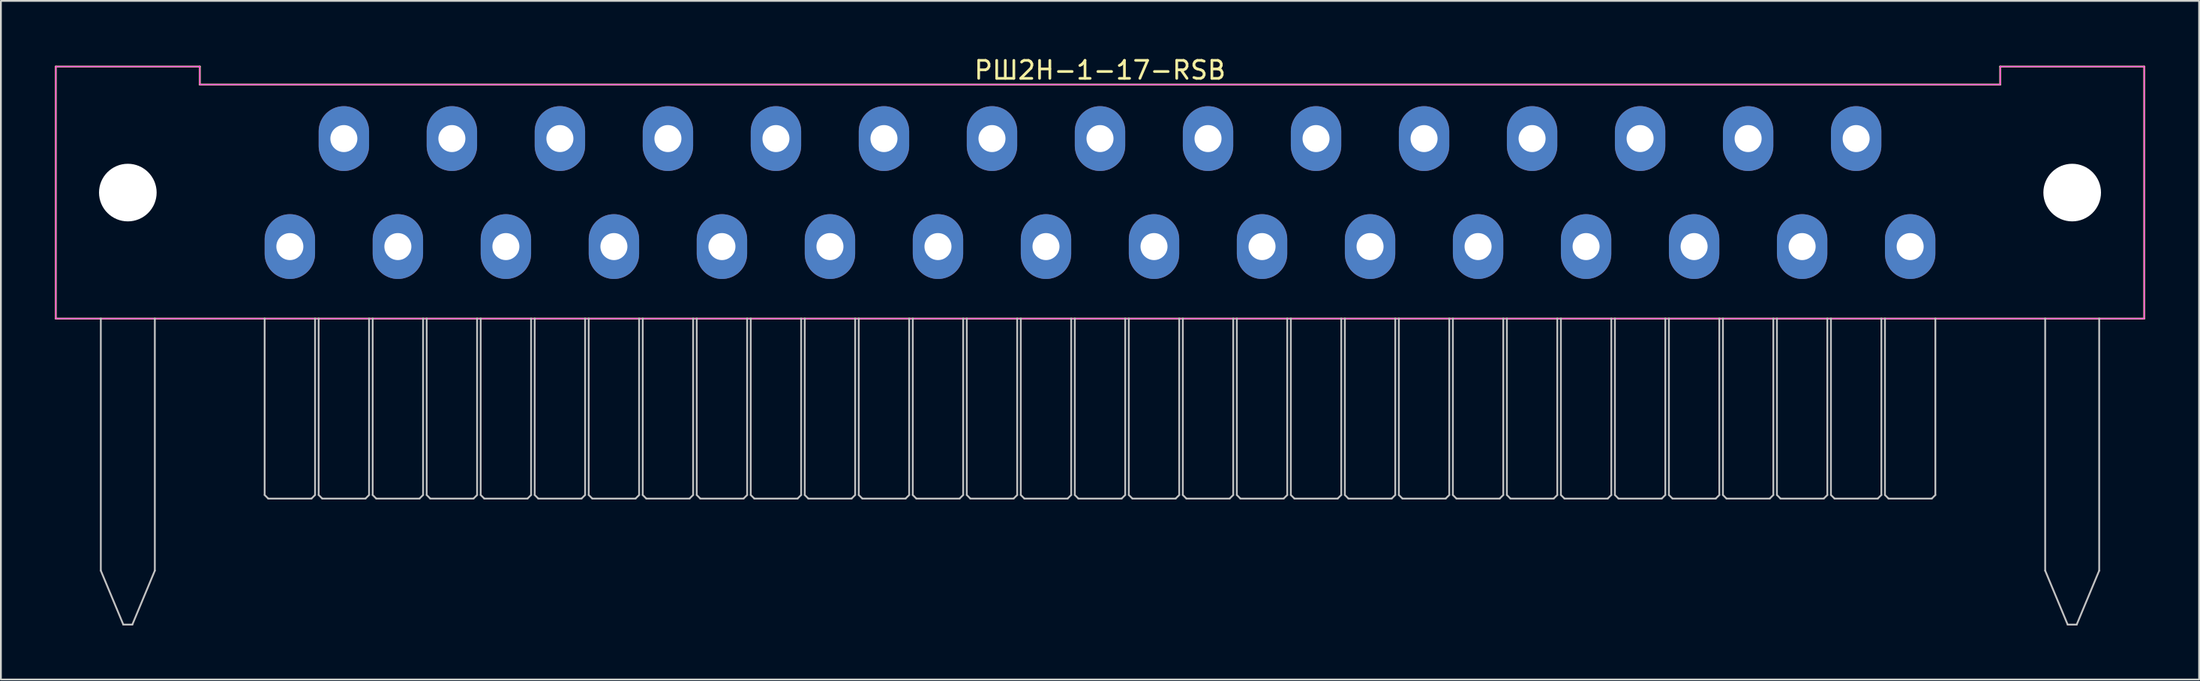
<source format=kicad_pcb>
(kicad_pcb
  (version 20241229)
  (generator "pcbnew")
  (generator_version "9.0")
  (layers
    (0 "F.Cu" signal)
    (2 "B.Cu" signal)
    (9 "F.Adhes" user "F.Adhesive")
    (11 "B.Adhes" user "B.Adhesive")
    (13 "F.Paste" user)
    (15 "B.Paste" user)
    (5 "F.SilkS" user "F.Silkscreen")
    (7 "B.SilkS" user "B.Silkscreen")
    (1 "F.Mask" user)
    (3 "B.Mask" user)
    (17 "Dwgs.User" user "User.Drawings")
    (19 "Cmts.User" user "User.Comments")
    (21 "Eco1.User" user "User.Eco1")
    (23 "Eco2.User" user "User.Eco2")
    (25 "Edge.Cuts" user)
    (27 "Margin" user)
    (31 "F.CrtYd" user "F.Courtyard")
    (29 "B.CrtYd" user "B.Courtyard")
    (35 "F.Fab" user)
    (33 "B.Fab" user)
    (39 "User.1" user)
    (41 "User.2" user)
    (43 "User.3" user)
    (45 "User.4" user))
  (footprint "РШ2Н-1-17-RSB"
    (layer "F.Cu")
    (at 58.05 7.648)
    (property "Reference" "РШ2Н-1-17-RSB" (at 0 -6.8 0) (layer "F.SilkS") (effects (font (size 1 1) (thickness 0.15))))
    (attr through_hole)
    (fp_line (start -58 -7) (end -58 7) (stroke (width 0.1) (type default)) (layer "F.SilkS"))
    (fp_line (start -58 -7) (end -50 -7) (stroke (width 0.1) (type default)) (layer "F.SilkS"))
    (fp_line (start -58 7) (end 58 7) (stroke (width 0.1) (type default)) (layer "F.SilkS"))
    (fp_line (start -50 -7) (end -50 -6) (stroke (width 0.1) (type default)) (layer "F.SilkS"))
    (fp_line (start 50 -7) (end 50 -6) (stroke (width 0.1) (type default)) (layer "F.SilkS"))
    (fp_line (start 50 -6) (end -50 -6) (stroke (width 0.1) (type default)) (layer "F.SilkS"))
    (fp_line (start 58 -7) (end 50 -7) (stroke (width 0.1) (type default)) (layer "F.SilkS"))
    (fp_line (start 58 7) (end 58 -7) (stroke (width 0.1) (type default)) (layer "F.SilkS"))
    (fp_line (start -55.5 21) (end -55.5 7) (stroke (width 0.1) (type default)) (layer "Dwgs.User"))
    (fp_line (start -54.25 24) (end -55.5 21) (stroke (width 0.1) (type default)) (layer "Dwgs.User"))
    (fp_line (start -54.25 24) (end -53.75 24) (stroke (width 0.1) (type default)) (layer "Dwgs.User"))
    (fp_line (start -52.5 21) (end -53.75 24) (stroke (width 0.1) (type default)) (layer "Dwgs.User"))
    (fp_line (start -52.5 21) (end -52.5 7) (stroke (width 0.1) (type default)) (layer "Dwgs.User"))
    (fp_line (start -46.4 7) (end -46.4 16.8) (stroke (width 0.1) (type default)) (layer "Dwgs.User"))
    (fp_line (start -46.4 16.8) (end -46.2 17) (stroke (width 0.1) (type default)) (layer "Dwgs.User"))
    (fp_line (start -46.2 17) (end -43.8 17) (stroke (width 0.1) (type default)) (layer "Dwgs.User"))
    (fp_line (start -43.6 7) (end -43.6 16.8) (stroke (width 0.1) (type default)) (layer "Dwgs.User"))
    (fp_line (start -43.6 16.8) (end -43.8 17) (stroke (width 0.1) (type default)) (layer "Dwgs.User"))
    (fp_line (start -43.4 7) (end -43.4 16.8) (stroke (width 0.1) (type default)) (layer "Dwgs.User"))
    (fp_line (start -43.4 16.8) (end -43.2 17) (stroke (width 0.1) (type default)) (layer "Dwgs.User"))
    (fp_line (start -43.2 17) (end -40.8 17) (stroke (width 0.1) (type default)) (layer "Dwgs.User"))
    (fp_line (start -40.6 7) (end -40.6 16.8) (stroke (width 0.1) (type default)) (layer "Dwgs.User"))
    (fp_line (start -40.6 16.8) (end -40.8 17) (stroke (width 0.1) (type default)) (layer "Dwgs.User"))
    (fp_line (start -40.4 7) (end -40.4 16.8) (stroke (width 0.1) (type default)) (layer "Dwgs.User"))
    (fp_line (start -40.4 16.8) (end -40.2 17) (stroke (width 0.1) (type default)) (layer "Dwgs.User"))
    (fp_line (start -40.2 17) (end -37.8 17) (stroke (width 0.1) (type default)) (layer "Dwgs.User"))
    (fp_line (start -37.6 7) (end -37.6 16.8) (stroke (width 0.1) (type default)) (layer "Dwgs.User"))
    (fp_line (start -37.6 16.8) (end -37.8 17) (stroke (width 0.1) (type default)) (layer "Dwgs.User"))
    (fp_line (start -37.4 7) (end -37.4 16.8) (stroke (width 0.1) (type default)) (layer "Dwgs.User"))
    (fp_line (start -37.4 16.8) (end -37.2 17) (stroke (width 0.1) (type default)) (layer "Dwgs.User"))
    (fp_line (start -37.2 17) (end -34.8 17) (stroke (width 0.1) (type default)) (layer "Dwgs.User"))
    (fp_line (start -34.6 7) (end -34.6 16.8) (stroke (width 0.1) (type default)) (layer "Dwgs.User"))
    (fp_line (start -34.6 16.8) (end -34.8 17) (stroke (width 0.1) (type default)) (layer "Dwgs.User"))
    (fp_line (start -34.4 7) (end -34.4 16.8) (stroke (width 0.1) (type default)) (layer "Dwgs.User"))
    (fp_line (start -34.4 16.8) (end -34.2 17) (stroke (width 0.1) (type default)) (layer "Dwgs.User"))
    (fp_line (start -34.2 17) (end -31.8 17) (stroke (width 0.1) (type default)) (layer "Dwgs.User"))
    (fp_line (start -31.6 7) (end -31.6 16.8) (stroke (width 0.1) (type default)) (layer "Dwgs.User"))
    (fp_line (start -31.6 16.8) (end -31.8 17) (stroke (width 0.1) (type default)) (layer "Dwgs.User"))
    (fp_line (start -31.4 7) (end -31.4 16.8) (stroke (width 0.1) (type default)) (layer "Dwgs.User"))
    (fp_line (start -31.4 16.8) (end -31.2 17) (stroke (width 0.1) (type default)) (layer "Dwgs.User"))
    (fp_line (start -31.2 17) (end -28.8 17) (stroke (width 0.1) (type default)) (layer "Dwgs.User"))
    (fp_line (start -28.6 7) (end -28.6 16.8) (stroke (width 0.1) (type default)) (layer "Dwgs.User"))
    (fp_line (start -28.6 16.8) (end -28.8 17) (stroke (width 0.1) (type default)) (layer "Dwgs.User"))
    (fp_line (start -28.4 7) (end -28.4 16.8) (stroke (width 0.1) (type default)) (layer "Dwgs.User"))
    (fp_line (start -28.4 16.8) (end -28.2 17) (stroke (width 0.1) (type default)) (layer "Dwgs.User"))
    (fp_line (start -28.2 17) (end -25.8 17) (stroke (width 0.1) (type default)) (layer "Dwgs.User"))
    (fp_line (start -25.6 7) (end -25.6 16.8) (stroke (width 0.1) (type default)) (layer "Dwgs.User"))
    (fp_line (start -25.6 16.8) (end -25.8 17) (stroke (width 0.1) (type default)) (layer "Dwgs.User"))
    (fp_line (start -25.4 7) (end -25.4 16.8) (stroke (width 0.1) (type default)) (layer "Dwgs.User"))
    (fp_line (start -25.4 16.8) (end -25.2 17) (stroke (width 0.1) (type default)) (layer "Dwgs.User"))
    (fp_line (start -25.2 17) (end -22.8 17) (stroke (width 0.1) (type default)) (layer "Dwgs.User"))
    (fp_line (start -22.6 7) (end -22.6 16.8) (stroke (width 0.1) (type default)) (layer "Dwgs.User"))
    (fp_line (start -22.6 16.8) (end -22.8 17) (stroke (width 0.1) (type default)) (layer "Dwgs.User"))
    (fp_line (start -22.4 7) (end -22.4 16.8) (stroke (width 0.1) (type default)) (layer "Dwgs.User"))
    (fp_line (start -22.4 16.8) (end -22.2 17) (stroke (width 0.1) (type default)) (layer "Dwgs.User"))
    (fp_line (start -22.2 17) (end -19.8 17) (stroke (width 0.1) (type default)) (layer "Dwgs.User"))
    (fp_line (start -19.6 7) (end -19.6 16.8) (stroke (width 0.1) (type default)) (layer "Dwgs.User"))
    (fp_line (start -19.6 16.8) (end -19.8 17) (stroke (width 0.1) (type default)) (layer "Dwgs.User"))
    (fp_line (start -19.4 7) (end -19.4 16.8) (stroke (width 0.1) (type default)) (layer "Dwgs.User"))
    (fp_line (start -19.4 16.8) (end -19.2 17) (stroke (width 0.1) (type default)) (layer "Dwgs.User"))
    (fp_line (start -19.2 17) (end -16.8 17) (stroke (width 0.1) (type default)) (layer "Dwgs.User"))
    (fp_line (start -16.6 7) (end -16.6 16.8) (stroke (width 0.1) (type default)) (layer "Dwgs.User"))
    (fp_line (start -16.6 16.8) (end -16.8 17) (stroke (width 0.1) (type default)) (layer "Dwgs.User"))
    (fp_line (start -16.4 7) (end -16.4 16.8) (stroke (width 0.1) (type default)) (layer "Dwgs.User"))
    (fp_line (start -16.4 16.8) (end -16.2 17) (stroke (width 0.1) (type default)) (layer "Dwgs.User"))
    (fp_line (start -16.2 17) (end -13.8 17) (stroke (width 0.1) (type default)) (layer "Dwgs.User"))
    (fp_line (start -13.6 7) (end -13.6 16.8) (stroke (width 0.1) (type default)) (layer "Dwgs.User"))
    (fp_line (start -13.6 16.8) (end -13.8 17) (stroke (width 0.1) (type default)) (layer "Dwgs.User"))
    (fp_line (start -13.4 7) (end -13.4 16.8) (stroke (width 0.1) (type default)) (layer "Dwgs.User"))
    (fp_line (start -13.4 16.8) (end -13.2 17) (stroke (width 0.1) (type default)) (layer "Dwgs.User"))
    (fp_line (start -13.2 17) (end -10.8 17) (stroke (width 0.1) (type default)) (layer "Dwgs.User"))
    (fp_line (start -10.6 7) (end -10.6 16.8) (stroke (width 0.1) (type default)) (layer "Dwgs.User"))
    (fp_line (start -10.6 16.8) (end -10.8 17) (stroke (width 0.1) (type default)) (layer "Dwgs.User"))
    (fp_line (start -10.4 7) (end -10.4 16.8) (stroke (width 0.1) (type default)) (layer "Dwgs.User"))
    (fp_line (start -10.4 16.8) (end -10.2 17) (stroke (width 0.1) (type default)) (layer "Dwgs.User"))
    (fp_line (start -10.2 17) (end -7.8 17) (stroke (width 0.1) (type default)) (layer "Dwgs.User"))
    (fp_line (start -7.6 7) (end -7.6 16.8) (stroke (width 0.1) (type default)) (layer "Dwgs.User"))
    (fp_line (start -7.6 16.8) (end -7.8 17) (stroke (width 0.1) (type default)) (layer "Dwgs.User"))
    (fp_line (start -7.4 7) (end -7.4 16.8) (stroke (width 0.1) (type default)) (layer "Dwgs.User"))
    (fp_line (start -7.4 16.8) (end -7.2 17) (stroke (width 0.1) (type default)) (layer "Dwgs.User"))
    (fp_line (start -7.2 17) (end -4.8 17) (stroke (width 0.1) (type default)) (layer "Dwgs.User"))
    (fp_line (start -4.6 7) (end -4.6 16.8) (stroke (width 0.1) (type default)) (layer "Dwgs.User"))
    (fp_line (start -4.6 16.8) (end -4.8 17) (stroke (width 0.1) (type default)) (layer "Dwgs.User"))
    (fp_line (start -4.4 7) (end -4.4 16.8) (stroke (width 0.1) (type default)) (layer "Dwgs.User"))
    (fp_line (start -4.4 16.8) (end -4.2 17) (stroke (width 0.1) (type default)) (layer "Dwgs.User"))
    (fp_line (start -4.2 17) (end -1.8 17) (stroke (width 0.1) (type default)) (layer "Dwgs.User"))
    (fp_line (start -1.6 7) (end -1.6 16.8) (stroke (width 0.1) (type default)) (layer "Dwgs.User"))
    (fp_line (start -1.6 16.8) (end -1.8 17) (stroke (width 0.1) (type default)) (layer "Dwgs.User"))
    (fp_line (start -1.4 7) (end -1.4 16.8) (stroke (width 0.1) (type default)) (layer "Dwgs.User"))
    (fp_line (start -1.4 16.8) (end -1.2 17) (stroke (width 0.1) (type default)) (layer "Dwgs.User"))
    (fp_line (start -1.2 17) (end 1.2 17) (stroke (width 0.1) (type default)) (layer "Dwgs.User"))
    (fp_line (start 1.4 7) (end 1.4 16.8) (stroke (width 0.1) (type default)) (layer "Dwgs.User"))
    (fp_line (start 1.4 16.8) (end 1.2 17) (stroke (width 0.1) (type default)) (layer "Dwgs.User"))
    (fp_line (start 1.6 7) (end 1.6 16.8) (stroke (width 0.1) (type default)) (layer "Dwgs.User"))
    (fp_line (start 1.6 16.8) (end 1.8 17) (stroke (width 0.1) (type default)) (layer "Dwgs.User"))
    (fp_line (start 1.8 17) (end 4.2 17) (stroke (width 0.1) (type default)) (layer "Dwgs.User"))
    (fp_line (start 4.4 7) (end 4.4 16.8) (stroke (width 0.1) (type default)) (layer "Dwgs.User"))
    (fp_line (start 4.4 16.8) (end 4.2 17) (stroke (width 0.1) (type default)) (layer "Dwgs.User"))
    (fp_line (start 4.6 7) (end 4.6 16.8) (stroke (width 0.1) (type default)) (layer "Dwgs.User"))
    (fp_line (start 4.6 16.8) (end 4.8 17) (stroke (width 0.1) (type default)) (layer "Dwgs.User"))
    (fp_line (start 4.8 17) (end 7.2 17) (stroke (width 0.1) (type default)) (layer "Dwgs.User"))
    (fp_line (start 7.4 7) (end 7.4 16.8) (stroke (width 0.1) (type default)) (layer "Dwgs.User"))
    (fp_line (start 7.4 16.8) (end 7.2 17) (stroke (width 0.1) (type default)) (layer "Dwgs.User"))
    (fp_line (start 7.6 7) (end 7.6 16.8) (stroke (width 0.1) (type default)) (layer "Dwgs.User"))
    (fp_line (start 7.6 16.8) (end 7.8 17) (stroke (width 0.1) (type default)) (layer "Dwgs.User"))
    (fp_line (start 7.8 17) (end 10.2 17) (stroke (width 0.1) (type default)) (layer "Dwgs.User"))
    (fp_line (start 10.4 7) (end 10.4 16.8) (stroke (width 0.1) (type default)) (layer "Dwgs.User"))
    (fp_line (start 10.4 16.8) (end 10.2 17) (stroke (width 0.1) (type default)) (layer "Dwgs.User"))
    (fp_line (start 10.6 7) (end 10.6 16.8) (stroke (width 0.1) (type default)) (layer "Dwgs.User"))
    (fp_line (start 10.6 16.8) (end 10.8 17) (stroke (width 0.1) (type default)) (layer "Dwgs.User"))
    (fp_line (start 10.8 17) (end 13.2 17) (stroke (width 0.1) (type default)) (layer "Dwgs.User"))
    (fp_line (start 13.4 7) (end 13.4 16.8) (stroke (width 0.1) (type default)) (layer "Dwgs.User"))
    (fp_line (start 13.4 16.8) (end 13.2 17) (stroke (width 0.1) (type default)) (layer "Dwgs.User"))
    (fp_line (start 13.6 7) (end 13.6 16.8) (stroke (width 0.1) (type default)) (layer "Dwgs.User"))
    (fp_line (start 13.6 16.8) (end 13.8 17) (stroke (width 0.1) (type default)) (layer "Dwgs.User"))
    (fp_line (start 13.8 17) (end 16.2 17) (stroke (width 0.1) (type default)) (layer "Dwgs.User"))
    (fp_line (start 16.4 7) (end 16.4 16.8) (stroke (width 0.1) (type default)) (layer "Dwgs.User"))
    (fp_line (start 16.4 16.8) (end 16.2 17) (stroke (width 0.1) (type default)) (layer "Dwgs.User"))
    (fp_line (start 16.6 7) (end 16.6 16.8) (stroke (width 0.1) (type default)) (layer "Dwgs.User"))
    (fp_line (start 16.6 16.8) (end 16.8 17) (stroke (width 0.1) (type default)) (layer "Dwgs.User"))
    (fp_line (start 16.8 17) (end 19.2 17) (stroke (width 0.1) (type default)) (layer "Dwgs.User"))
    (fp_line (start 19.4 7) (end 19.4 16.8) (stroke (width 0.1) (type default)) (layer "Dwgs.User"))
    (fp_line (start 19.4 16.8) (end 19.2 17) (stroke (width 0.1) (type default)) (layer "Dwgs.User"))
    (fp_line (start 19.6 7) (end 19.6 16.8) (stroke (width 0.1) (type default)) (layer "Dwgs.User"))
    (fp_line (start 19.6 16.8) (end 19.8 17) (stroke (width 0.1) (type default)) (layer "Dwgs.User"))
    (fp_line (start 19.8 17) (end 22.2 17) (stroke (width 0.1) (type default)) (layer "Dwgs.User"))
    (fp_line (start 22.4 7) (end 22.4 16.8) (stroke (width 0.1) (type default)) (layer "Dwgs.User"))
    (fp_line (start 22.4 16.8) (end 22.2 17) (stroke (width 0.1) (type default)) (layer "Dwgs.User"))
    (fp_line (start 22.6 7) (end 22.6 16.8) (stroke (width 0.1) (type default)) (layer "Dwgs.User"))
    (fp_line (start 22.6 16.8) (end 22.8 17) (stroke (width 0.1) (type default)) (layer "Dwgs.User"))
    (fp_line (start 22.8 17) (end 25.2 17) (stroke (width 0.1) (type default)) (layer "Dwgs.User"))
    (fp_line (start 25.4 7) (end 25.4 16.8) (stroke (width 0.1) (type default)) (layer "Dwgs.User"))
    (fp_line (start 25.4 16.8) (end 25.2 17) (stroke (width 0.1) (type default)) (layer "Dwgs.User"))
    (fp_line (start 25.6 7) (end 25.6 16.8) (stroke (width 0.1) (type default)) (layer "Dwgs.User"))
    (fp_line (start 25.6 16.8) (end 25.8 17) (stroke (width 0.1) (type default)) (layer "Dwgs.User"))
    (fp_line (start 25.8 17) (end 28.2 17) (stroke (width 0.1) (type default)) (layer "Dwgs.User"))
    (fp_line (start 28.4 7) (end 28.4 16.8) (stroke (width 0.1) (type default)) (layer "Dwgs.User"))
    (fp_line (start 28.4 16.8) (end 28.2 17) (stroke (width 0.1) (type default)) (layer "Dwgs.User"))
    (fp_line (start 28.6 7) (end 28.6 16.8) (stroke (width 0.1) (type default)) (layer "Dwgs.User"))
    (fp_line (start 28.6 16.8) (end 28.8 17) (stroke (width 0.1) (type default)) (layer "Dwgs.User"))
    (fp_line (start 28.8 17) (end 31.2 17) (stroke (width 0.1) (type default)) (layer "Dwgs.User"))
    (fp_line (start 31.4 7) (end 31.4 16.8) (stroke (width 0.1) (type default)) (layer "Dwgs.User"))
    (fp_line (start 31.4 16.8) (end 31.2 17) (stroke (width 0.1) (type default)) (layer "Dwgs.User"))
    (fp_line (start 31.6 7) (end 31.6 16.8) (stroke (width 0.1) (type default)) (layer "Dwgs.User"))
    (fp_line (start 31.6 16.8) (end 31.8 17) (stroke (width 0.1) (type default)) (layer "Dwgs.User"))
    (fp_line (start 31.8 17) (end 34.2 17) (stroke (width 0.1) (type default)) (layer "Dwgs.User"))
    (fp_line (start 34.4 7) (end 34.4 16.8) (stroke (width 0.1) (type default)) (layer "Dwgs.User"))
    (fp_line (start 34.4 16.8) (end 34.2 17) (stroke (width 0.1) (type default)) (layer "Dwgs.User"))
    (fp_line (start 34.6 7) (end 34.6 16.8) (stroke (width 0.1) (type default)) (layer "Dwgs.User"))
    (fp_line (start 34.6 16.8) (end 34.8 17) (stroke (width 0.1) (type default)) (layer "Dwgs.User"))
    (fp_line (start 34.8 17) (end 37.2 17) (stroke (width 0.1) (type default)) (layer "Dwgs.User"))
    (fp_line (start 37.4 7) (end 37.4 16.8) (stroke (width 0.1) (type default)) (layer "Dwgs.User"))
    (fp_line (start 37.4 16.8) (end 37.2 17) (stroke (width 0.1) (type default)) (layer "Dwgs.User"))
    (fp_line (start 37.6 7) (end 37.6 16.8) (stroke (width 0.1) (type default)) (layer "Dwgs.User"))
    (fp_line (start 37.6 16.8) (end 37.8 17) (stroke (width 0.1) (type default)) (layer "Dwgs.User"))
    (fp_line (start 37.8 17) (end 40.2 17) (stroke (width 0.1) (type default)) (layer "Dwgs.User"))
    (fp_line (start 40.4 7) (end 40.4 16.8) (stroke (width 0.1) (type default)) (layer "Dwgs.User"))
    (fp_line (start 40.4 16.8) (end 40.2 17) (stroke (width 0.1) (type default)) (layer "Dwgs.User"))
    (fp_line (start 40.6 7) (end 40.6 16.8) (stroke (width 0.1) (type default)) (layer "Dwgs.User"))
    (fp_line (start 40.6 16.8) (end 40.8 17) (stroke (width 0.1) (type default)) (layer "Dwgs.User"))
    (fp_line (start 40.8 17) (end 43.2 17) (stroke (width 0.1) (type default)) (layer "Dwgs.User"))
    (fp_line (start 43.4 7) (end 43.4 16.8) (stroke (width 0.1) (type default)) (layer "Dwgs.User"))
    (fp_line (start 43.4 16.8) (end 43.2 17) (stroke (width 0.1) (type default)) (layer "Dwgs.User"))
    (fp_line (start 43.6 7) (end 43.6 16.8) (stroke (width 0.1) (type default)) (layer "Dwgs.User"))
    (fp_line (start 43.6 16.8) (end 43.8 17) (stroke (width 0.1) (type default)) (layer "Dwgs.User"))
    (fp_line (start 43.8 17) (end 46.2 17) (stroke (width 0.1) (type default)) (layer "Dwgs.User"))
    (fp_line (start 46.4 7) (end 46.4 16.8) (stroke (width 0.1) (type default)) (layer "Dwgs.User"))
    (fp_line (start 46.4 16.8) (end 46.2 17) (stroke (width 0.1) (type default)) (layer "Dwgs.User"))
    (fp_line (start 52.5 21) (end 52.5 7) (stroke (width 0.1) (type default)) (layer "Dwgs.User"))
    (fp_line (start 53.75 24) (end 52.5 21) (stroke (width 0.1) (type default)) (layer "Dwgs.User"))
    (fp_line (start 53.75 24) (end 54.25 24) (stroke (width 0.1) (type default)) (layer "Dwgs.User"))
    (fp_line (start 55.5 21) (end 54.25 24) (stroke (width 0.1) (type default)) (layer "Dwgs.User"))
    (fp_line (start 55.5 21) (end 55.5 7) (stroke (width 0.1) (type default)) (layer "Dwgs.User"))
    (fp_line (start -58 -7) (end -50 -7) (stroke (width 0.05) (type default)) (layer "F.CrtYd"))
    (fp_line (start -58 7) (end -58 -7) (stroke (width 0.05) (type default)) (layer "F.CrtYd"))
    (fp_line (start -50 -7) (end -50 -6) (stroke (width 0.05) (type default)) (layer "F.CrtYd"))
    (fp_line (start -50 -6) (end 50 -6) (stroke (width 0.05) (type default)) (layer "F.CrtYd"))
    (fp_line (start 50 -7) (end 58 -7) (stroke (width 0.05) (type default)) (layer "F.CrtYd"))
    (fp_line (start 50 -6) (end 50 -7) (stroke (width 0.05) (type default)) (layer "F.CrtYd"))
    (fp_line (start 58 -7) (end 58 7) (stroke (width 0.05) (type default)) (layer "F.CrtYd"))
    (fp_line (start 58 7) (end -58 7) (stroke (width 0.05) (type default)) (layer "F.CrtYd"))
    (pad "" np_thru_hole circle (at -54 0) (size 3.2 3.2) (drill 3.2) (layers "*.Cu" "*.Mask"))
    (pad "" np_thru_hole circle (at 54 0) (size 3.2 3.2) (drill 3.2) (layers "*.Cu" "*.Mask"))
    (pad "1" thru_hole oval (at 45 3) (size 2.8 3.6) (drill 1.5) (layers "*.Cu" "*.Mask"))
    (pad "2" thru_hole oval (at 42 -3) (size 2.8 3.6) (drill 1.5) (layers "*.Cu" "*.Mask"))
    (pad "3" thru_hole oval (at 39 3) (size 2.8 3.6) (drill 1.5) (layers "*.Cu" "*.Mask"))
    (pad "4" thru_hole oval (at 36 -3) (size 2.8 3.6) (drill 1.5) (layers "*.Cu" "*.Mask"))
    (pad "5" thru_hole oval (at 33 3) (size 2.8 3.6) (drill 1.5) (layers "*.Cu" "*.Mask"))
    (pad "6" thru_hole oval (at 30 -3) (size 2.8 3.6) (drill 1.5) (layers "*.Cu" "*.Mask"))
    (pad "7" thru_hole oval (at 27 3) (size 2.8 3.6) (drill 1.5) (layers "*.Cu" "*.Mask"))
    (pad "8" thru_hole oval (at 24 -3) (size 2.8 3.6) (drill 1.5) (layers "*.Cu" "*.Mask"))
    (pad "9" thru_hole oval (at 21 3) (size 2.8 3.6) (drill 1.5) (layers "*.Cu" "*.Mask"))
    (pad "10" thru_hole oval (at 18 -3) (size 2.8 3.6) (drill 1.5) (layers "*.Cu" "*.Mask"))
    (pad "11" thru_hole oval (at 15 3) (size 2.8 3.6) (drill 1.5) (layers "*.Cu" "*.Mask"))
    (pad "12" thru_hole oval (at 12 -3) (size 2.8 3.6) (drill 1.5) (layers "*.Cu" "*.Mask"))
    (pad "13" thru_hole oval (at 9 3) (size 2.8 3.6) (drill 1.5) (layers "*.Cu" "*.Mask"))
    (pad "14" thru_hole oval (at 6 -3) (size 2.8 3.6) (drill 1.5) (layers "*.Cu" "*.Mask"))
    (pad "15" thru_hole oval (at 3 3) (size 2.8 3.6) (drill 1.5) (layers "*.Cu" "*.Mask"))
    (pad "16" thru_hole oval (at 0 -3) (size 2.8 3.6) (drill 1.5) (layers "*.Cu" "*.Mask"))
    (pad "17" thru_hole oval (at -3 3) (size 2.8 3.6) (drill 1.5) (layers "*.Cu" "*.Mask"))
    (pad "18" thru_hole oval (at -6 -3) (size 2.8 3.6) (drill 1.5) (layers "*.Cu" "*.Mask"))
    (pad "19" thru_hole oval (at -9 3) (size 2.8 3.6) (drill 1.5) (layers "*.Cu" "*.Mask"))
    (pad "20" thru_hole oval (at -12 -3) (size 2.8 3.6) (drill 1.5) (layers "*.Cu" "*.Mask"))
    (pad "21" thru_hole oval (at -15 3) (size 2.8 3.6) (drill 1.5) (layers "*.Cu" "*.Mask"))
    (pad "22" thru_hole oval (at -18 -3) (size 2.8 3.6) (drill 1.5) (layers "*.Cu" "*.Mask"))
    (pad "23" thru_hole oval (at -21 3) (size 2.8 3.6) (drill 1.5) (layers "*.Cu" "*.Mask"))
    (pad "24" thru_hole oval (at -24 -3) (size 2.8 3.6) (drill 1.5) (layers "*.Cu" "*.Mask"))
    (pad "25" thru_hole oval (at -27 3) (size 2.8 3.6) (drill 1.5) (layers "*.Cu" "*.Mask"))
    (pad "26" thru_hole oval (at -30 -3) (size 2.8 3.6) (drill 1.5) (layers "*.Cu" "*.Mask"))
    (pad "27" thru_hole oval (at -33 3) (size 2.8 3.6) (drill 1.5) (layers "*.Cu" "*.Mask"))
    (pad "28" thru_hole oval (at -36 -3) (size 2.8 3.6) (drill 1.5) (layers "*.Cu" "*.Mask"))
    (pad "29" thru_hole oval (at -39 3) (size 2.8 3.6) (drill 1.5) (layers "*.Cu" "*.Mask"))
    (pad "30" thru_hole oval (at -42 -3) (size 2.8 3.6) (drill 1.5) (layers "*.Cu" "*.Mask"))
    (pad "31" thru_hole oval (at -45 3) (size 2.8 3.6) (drill 1.5) (layers "*.Cu" "*.Mask")))
  (gr_rect
    (start -3 -3)
    (end 119.1 34.698)
    (stroke (width 0.1) (type default))
    (fill no)
    (layer "Edge.Cuts")))
</source>
